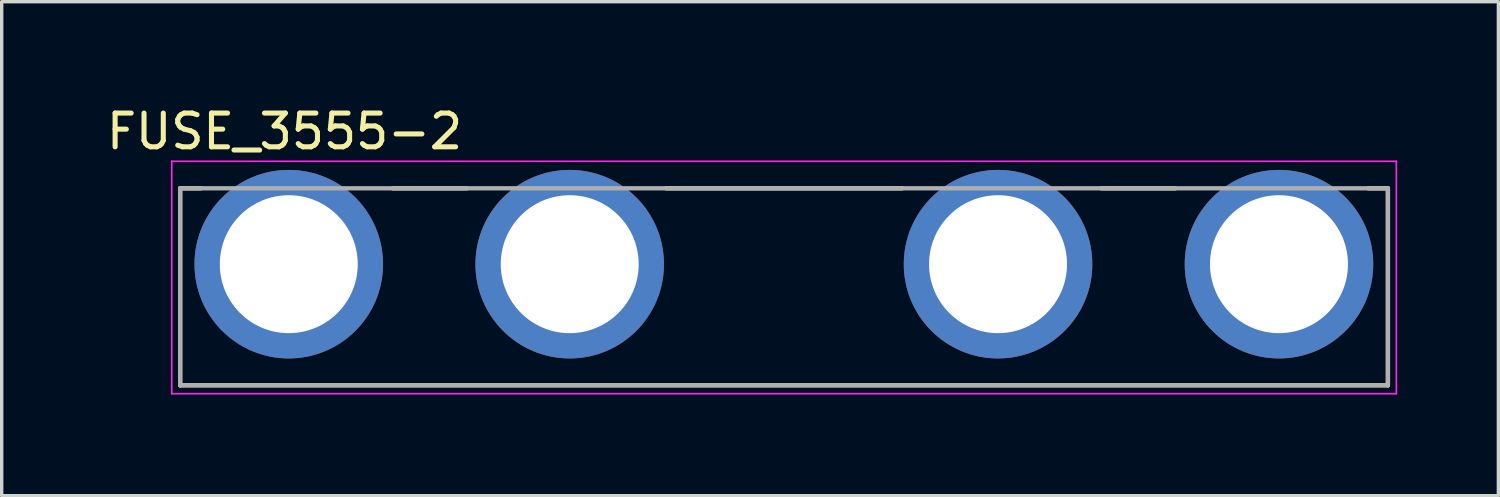
<source format=kicad_pcb>
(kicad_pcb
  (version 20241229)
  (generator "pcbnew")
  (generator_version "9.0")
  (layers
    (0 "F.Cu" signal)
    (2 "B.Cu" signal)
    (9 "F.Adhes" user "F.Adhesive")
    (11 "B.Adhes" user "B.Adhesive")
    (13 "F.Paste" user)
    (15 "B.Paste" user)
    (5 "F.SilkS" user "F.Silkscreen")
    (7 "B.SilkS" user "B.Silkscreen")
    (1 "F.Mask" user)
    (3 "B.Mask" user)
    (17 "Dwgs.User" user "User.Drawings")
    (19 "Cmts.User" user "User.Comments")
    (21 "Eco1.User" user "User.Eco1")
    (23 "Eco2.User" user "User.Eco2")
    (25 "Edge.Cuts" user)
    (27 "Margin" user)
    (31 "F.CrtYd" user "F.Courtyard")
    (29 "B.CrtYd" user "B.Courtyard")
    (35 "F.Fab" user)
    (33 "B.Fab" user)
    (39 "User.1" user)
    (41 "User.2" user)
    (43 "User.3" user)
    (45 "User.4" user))
  (footprint "FUSE_3555-2"
    (layer "F.Cu")
    (at 20.197 4.783)
    (property "Reference" "FUSE_3555-2" (at -14.81 -3.935 0) (layer "F.SilkS") (effects (font (size 1 1) (thickness 0.15))))
    (attr through_hole)
    (fp_line (start -17.905 -2.25) (end -17.905 3.59) (stroke (width 0.127) (type solid)) (layer "F.SilkS"))
    (fp_line (start -17.905 3.59) (end 17.905 3.59) (stroke (width 0.127) (type solid)) (layer "F.SilkS"))
    (fp_line (start -17.285 -2.25) (end -17.905 -2.25) (stroke (width 0.127) (type solid)) (layer "F.SilkS"))
    (fp_line (start -11.6 -2.25) (end -9.4 -2.25) (stroke (width 0.127) (type solid)) (layer "F.SilkS"))
    (fp_line (start -3.5 -2.25) (end 3.5 -2.25) (stroke (width 0.127) (type solid)) (layer "F.SilkS"))
    (fp_line (start 9.4 -2.25) (end 11.6 -2.25) (stroke (width 0.127) (type solid)) (layer "F.SilkS"))
    (fp_line (start 17.905 -2.25) (end 17.315 -2.25) (stroke (width 0.127) (type solid)) (layer "F.SilkS"))
    (fp_line (start 17.905 3.59) (end 17.905 -2.25) (stroke (width 0.127) (type solid)) (layer "F.SilkS"))
    (fp_line (start -18.155 -3.05) (end 18.155 -3.05) (stroke (width 0.05) (type solid)) (layer "F.CrtYd"))
    (fp_line (start -18.155 3.84) (end -18.155 -3.05) (stroke (width 0.05) (type solid)) (layer "F.CrtYd"))
    (fp_line (start 18.155 -3.05) (end 18.155 3.84) (stroke (width 0.05) (type solid)) (layer "F.CrtYd"))
    (fp_line (start 18.155 3.84) (end -18.155 3.84) (stroke (width 0.05) (type solid)) (layer "F.CrtYd"))
    (fp_line (start -17.905 -2.25) (end 17.905 -2.25) (stroke (width 0.127) (type solid)) (layer "F.Fab"))
    (fp_line (start -17.905 3.59) (end -17.905 -2.25) (stroke (width 0.127) (type solid)) (layer "F.Fab"))
    (fp_line (start 17.905 -2.25) (end 17.905 3.59) (stroke (width 0.127) (type solid)) (layer "F.Fab"))
    (fp_line (start 17.905 3.59) (end -17.905 3.59) (stroke (width 0.127) (type solid)) (layer "F.Fab"))
    (pad "1_1" thru_hole circle (at -14.685 0) (size 5.59 5.59) (drill 4.09) (layers "*.Cu" "*.Mask"))
    (pad "1_2" thru_hole circle (at -6.355 0) (size 5.59 5.59) (drill 4.09) (layers "*.Cu" "*.Mask"))
    (pad "2_1" thru_hole circle (at 6.345 0) (size 5.59 5.59) (drill 4.09) (layers "*.Cu" "*.Mask"))
    (pad "2_2" thru_hole circle (at 14.675 0) (size 5.59 5.59) (drill 4.09) (layers "*.Cu" "*.Mask")))
  (gr_rect
    (start -3 -3)
    (end 41.377 11.648)
    (stroke (width 0.1) (type default))
    (fill no)
    (layer "Edge.Cuts")))
</source>
